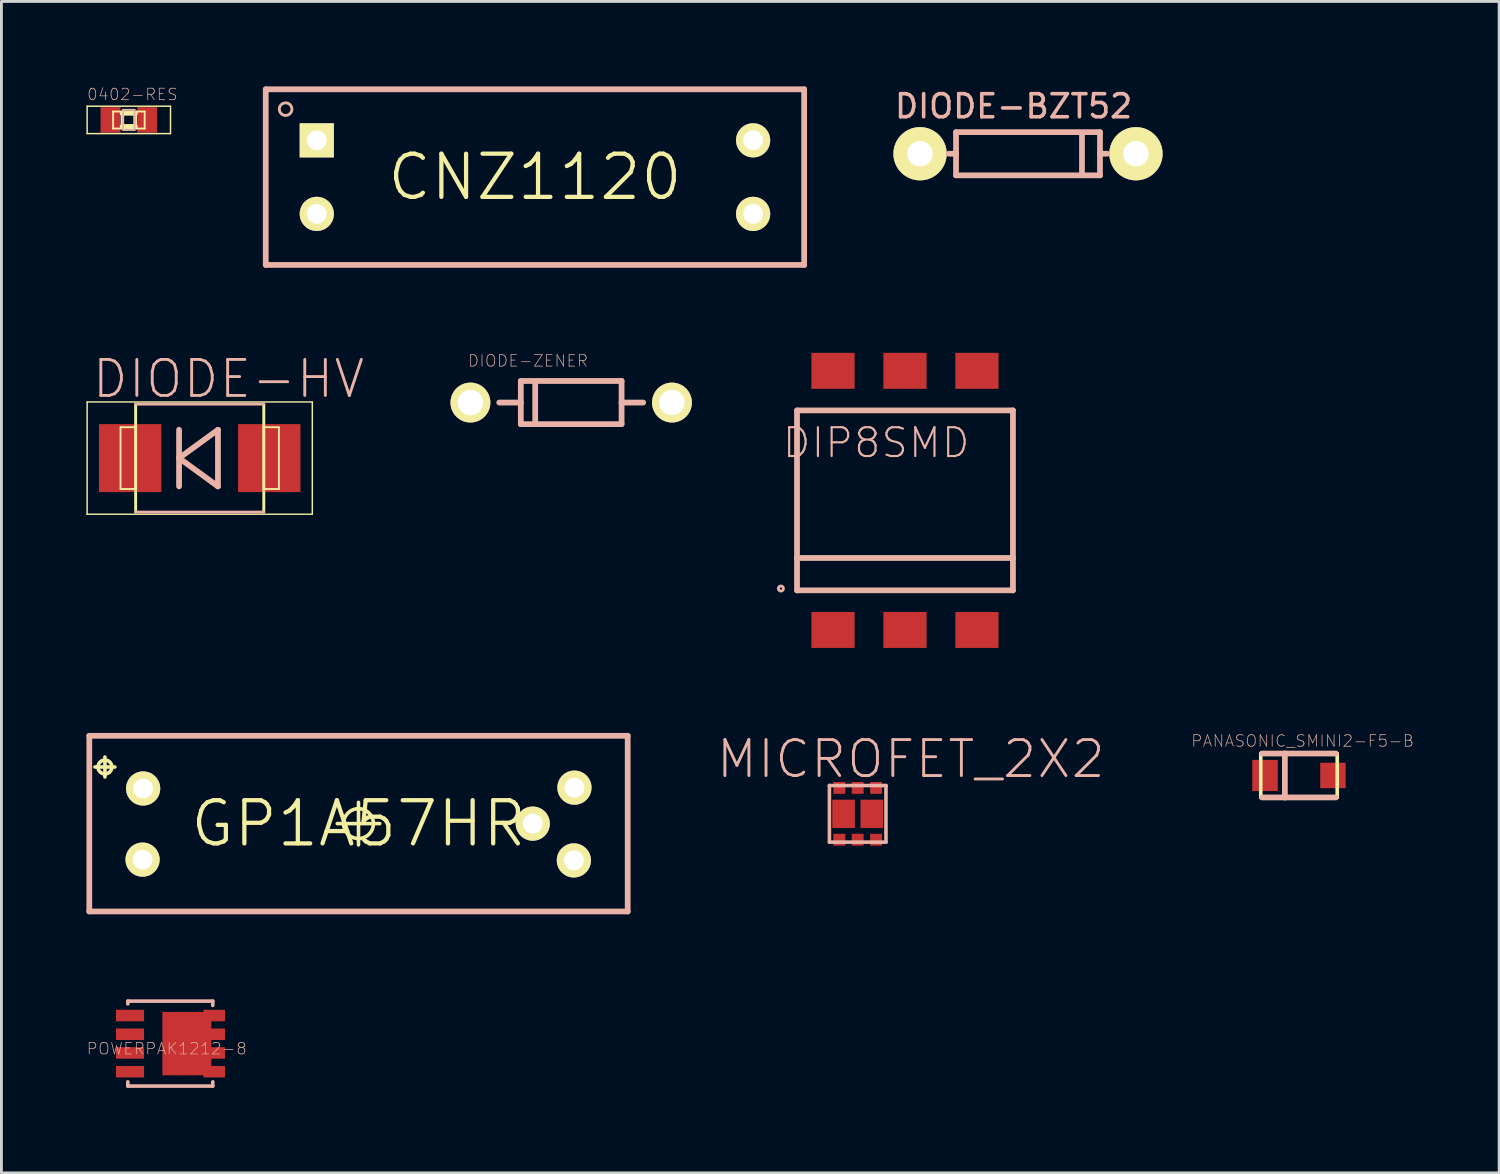
<source format=kicad_pcb>
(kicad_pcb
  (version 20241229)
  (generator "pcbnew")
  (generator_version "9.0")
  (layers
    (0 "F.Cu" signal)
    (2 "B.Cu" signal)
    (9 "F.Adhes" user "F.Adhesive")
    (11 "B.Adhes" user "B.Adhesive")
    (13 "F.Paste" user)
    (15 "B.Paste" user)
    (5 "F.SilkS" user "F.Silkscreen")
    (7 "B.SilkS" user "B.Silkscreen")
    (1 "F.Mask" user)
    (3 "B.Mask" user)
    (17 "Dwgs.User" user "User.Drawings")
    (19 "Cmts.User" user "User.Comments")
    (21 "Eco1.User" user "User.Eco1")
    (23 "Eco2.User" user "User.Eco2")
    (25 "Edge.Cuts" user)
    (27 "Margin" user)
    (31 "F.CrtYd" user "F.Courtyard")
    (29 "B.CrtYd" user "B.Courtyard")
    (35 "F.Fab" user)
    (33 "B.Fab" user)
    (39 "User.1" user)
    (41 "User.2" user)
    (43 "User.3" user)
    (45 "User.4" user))
  (footprint "DIODE-HV"
    (layer "F.Cu")
    (at 3.998 13.116)
    (property "Reference" "DIODE-HV" (at 1.016 -2.794 0) (layer "B.SilkS") (effects (font (size 1.27 1.27) (thickness 0.102))))
    (attr smd)
    (fp_line (start -3.973 -1.981) (end 3.973 -1.981) (stroke (width 0.051) (type solid)) (layer "F.SilkS"))
    (fp_line (start -3.973 1.981) (end -3.973 -1.981) (stroke (width 0.051) (type solid)) (layer "F.SilkS"))
    (fp_line (start -2.794 -1.09) (end -2.261 -1.09) (stroke (width 0.066) (type solid)) (layer "F.SilkS"))
    (fp_line (start -2.794 1.09) (end -2.794 -1.09) (stroke (width 0.066) (type solid)) (layer "F.SilkS"))
    (fp_line (start -2.794 1.09) (end -2.261 1.09) (stroke (width 0.066) (type solid)) (layer "F.SilkS"))
    (fp_line (start -2.261 1.09) (end -2.261 -1.09) (stroke (width 0.066) (type solid)) (layer "F.SilkS"))
    (fp_line (start -2.261 1.905) (end -2.261 -1.905) (stroke (width 0.102) (type solid)) (layer "F.SilkS"))
    (fp_line (start 2.261 -1.09) (end 2.794 -1.09) (stroke (width 0.066) (type solid)) (layer "F.SilkS"))
    (fp_line (start 2.261 1.09) (end 2.261 -1.09) (stroke (width 0.066) (type solid)) (layer "F.SilkS"))
    (fp_line (start 2.261 1.09) (end 2.794 1.09) (stroke (width 0.066) (type solid)) (layer "F.SilkS"))
    (fp_line (start 2.261 1.905) (end 2.261 -1.905) (stroke (width 0.102) (type solid)) (layer "F.SilkS"))
    (fp_line (start 2.794 1.09) (end 2.794 -1.09) (stroke (width 0.066) (type solid)) (layer "F.SilkS"))
    (fp_line (start 3.973 -1.981) (end 3.973 1.981) (stroke (width 0.051) (type solid)) (layer "F.SilkS"))
    (fp_line (start 3.973 1.981) (end -3.973 1.981) (stroke (width 0.051) (type solid)) (layer "F.SilkS"))
    (fp_line (start -2.261 -1.905) (end 2.261 -1.905) (stroke (width 0.102) (type solid)) (layer "B.SilkS"))
    (fp_line (start -2.261 1.905) (end 2.261 1.905) (stroke (width 0.102) (type solid)) (layer "B.SilkS"))
    (fp_line (start -0.729 -0.998) (end -0.729 0.998) (stroke (width 0.203) (type solid)) (layer "B.SilkS"))
    (fp_line (start -0.729 0) (end 0.643 0.998) (stroke (width 0.203) (type solid)) (layer "B.SilkS"))
    (fp_line (start 0.643 -0.998) (end -0.729 0) (stroke (width 0.203) (type solid)) (layer "B.SilkS"))
    (fp_line (start 0.643 0.998) (end 0.643 -0.998) (stroke (width 0.203) (type solid)) (layer "B.SilkS"))
    (pad "A" smd rect (at 2.454 0) (size 2.2 2.398) (layers "F.Cu" "F.Mask" "F.Paste"))
    (pad "C" smd rect (at -2.454 0) (size 2.2 2.398) (layers "F.Cu" "F.Mask" "F.Paste")))
  (footprint "DIODE-ZENER"
    (layer "F.Cu")
    (at 17.107 11.156)
    (property "Reference" "DIODE-ZENER" (at -1.524 -1.473 0) (layer "B.SilkS") (effects (font (size 0.406 0.406) (thickness 0.025))))
    (attr exclude_from_pos_files exclude_from_bom)
    (fp_line (start -1.778 -0.762) (end 1.778 -0.762) (stroke (width 0.203) (type solid)) (layer "B.SilkS"))
    (fp_line (start -1.778 0) (end -2.54 0) (stroke (width 0.203) (type solid)) (layer "B.SilkS"))
    (fp_line (start -1.778 0) (end -1.778 -0.762) (stroke (width 0.203) (type solid)) (layer "B.SilkS"))
    (fp_line (start -1.778 0.762) (end -1.778 0) (stroke (width 0.203) (type solid)) (layer "B.SilkS"))
    (fp_line (start -1.27 -0.635) (end -1.27 0.635) (stroke (width 0.203) (type solid)) (layer "B.SilkS"))
    (fp_line (start 1.778 -0.762) (end 1.778 0) (stroke (width 0.203) (type solid)) (layer "B.SilkS"))
    (fp_line (start 1.778 0) (end 1.778 0.762) (stroke (width 0.203) (type solid)) (layer "B.SilkS"))
    (fp_line (start 1.778 0) (end 2.54 0) (stroke (width 0.203) (type solid)) (layer "B.SilkS"))
    (fp_line (start 1.778 0.762) (end -1.778 0.762) (stroke (width 0.203) (type solid)) (layer "B.SilkS"))
    (pad "P$1" thru_hole circle (at -3.556 0) (size 1.407 1.407) (drill 0.899) (layers "*.Cu" "F.Mask" "F.SilkS" "F.Paste"))
    (pad "P$2" thru_hole circle (at 3.556 0) (size 1.407 1.407) (drill 0.899) (layers "*.Cu" "F.Mask" "F.SilkS" "F.Paste")))
  (footprint "PANASONIC_SMINI2-F5-B"
    (layer "F.Cu")
    (at 42.79 24.316)
    (property "Reference" "PANASONIC_SMINI2-F5-B" (at 0.127 -1.219 0) (layer "B.SilkS") (effects (font (size 0.406 0.406) (thickness 0.025))))
    (attr smd)
    (fp_line (start -1.349 -0.775) (end 1.349 -0.775) (stroke (width 0.127) (type solid)) (layer "F.SilkS"))
    (fp_line (start -1.349 0.775) (end -1.349 -0.775) (stroke (width 0.127) (type solid)) (layer "F.SilkS"))
    (fp_line (start 1.349 -0.775) (end 1.349 0.775) (stroke (width 0.127) (type solid)) (layer "F.SilkS"))
    (fp_line (start 1.349 0.775) (end -1.349 0.775) (stroke (width 0.127) (type solid)) (layer "F.SilkS"))
    (fp_line (start -1.298 -0.775) (end -0.498 -0.775) (stroke (width 0.203) (type solid)) (layer "B.SilkS"))
    (fp_line (start -1.298 0.775) (end -0.498 0.775) (stroke (width 0.203) (type solid)) (layer "B.SilkS"))
    (fp_line (start -0.498 -0.775) (end -0.498 0.775) (stroke (width 0.203) (type solid)) (layer "B.SilkS"))
    (fp_line (start -0.498 -0.775) (end 1.298 -0.775) (stroke (width 0.203) (type solid)) (layer "B.SilkS"))
    (fp_line (start -0.498 0.775) (end 1.298 0.775) (stroke (width 0.203) (type solid)) (layer "B.SilkS"))
    (pad "A" smd rect (at 1.199 0) (size 0.899 0.899) (layers "F.Cu" "F.Mask" "F.Paste"))
    (pad "C" smd rect (at -1.199 0) (size 0.899 1.1) (layers "F.Cu" "F.Mask" "F.Paste")))
  (footprint "DIODE-BZT52"
    (layer "F.Cu")
    (at 33.227 2.375)
    (property "Reference" "DIODE-BZT52" (at -0.508 -1.676 0) (layer "B.SilkS") (effects (font (size 0.813 0.813) (thickness 0.127))))
    (attr exclude_from_pos_files exclude_from_bom)
    (fp_line (start -2.54 -0.762) (end 2.54 -0.762) (stroke (width 0.203) (type solid)) (layer "B.SilkS"))
    (fp_line (start -2.54 0) (end -2.794 0) (stroke (width 0.203) (type solid)) (layer "B.SilkS"))
    (fp_line (start -2.54 0) (end -2.54 -0.762) (stroke (width 0.203) (type solid)) (layer "B.SilkS"))
    (fp_line (start -2.54 0.762) (end -2.54 0) (stroke (width 0.203) (type solid)) (layer "B.SilkS"))
    (fp_line (start 1.905 -0.635) (end 1.905 0.635) (stroke (width 0.203) (type solid)) (layer "B.SilkS"))
    (fp_line (start 2.54 -0.762) (end 2.54 0) (stroke (width 0.203) (type solid)) (layer "B.SilkS"))
    (fp_line (start 2.54 0) (end 2.54 0.762) (stroke (width 0.203) (type solid)) (layer "B.SilkS"))
    (fp_line (start 2.54 0) (end 2.794 0) (stroke (width 0.203) (type solid)) (layer "B.SilkS"))
    (fp_line (start 2.54 0.762) (end -2.54 0.762) (stroke (width 0.203) (type solid)) (layer "B.SilkS"))
    (pad "A" thru_hole circle (at -3.81 0) (size 1.88 1.88) (drill 0.899) (layers "*.Cu" "F.Mask" "F.SilkS" "F.Paste"))
    (pad "C" thru_hole circle (at 3.81 0) (size 1.88 1.88) (drill 0.899) (layers "*.Cu" "F.Mask" "F.SilkS" "F.Paste")))
  (footprint "CNZ1120"
    (layer "F.Cu")
    (at 15.828 3.2)
    (property "Reference" "CNZ1120" (at 0 0 0) (layer "F.SilkS") (effects (font (size 1.524 1.524) (thickness 0.15))))
    (attr exclude_from_pos_files exclude_from_bom)
    (fp_line (start -9.5 -3.099) (end 9.5 -3.099) (stroke (width 0.203) (type solid)) (layer "B.SilkS"))
    (fp_line (start -9.5 3.099) (end -9.5 -3.099) (stroke (width 0.203) (type solid)) (layer "B.SilkS"))
    (fp_line (start 9.5 -3.099) (end 9.5 3.099) (stroke (width 0.203) (type solid)) (layer "B.SilkS"))
    (fp_line (start 9.5 3.099) (end -9.5 3.099) (stroke (width 0.203) (type solid)) (layer "B.SilkS"))
    (fp_circle (center -8.799 -2.398) (end -8.956 -2.555) (stroke (width 0.102) (type solid)) (fill no) (layer "B.SilkS"))
    (pad "1" thru_hole rect (at -7.699 -1.298) (size 1.206 1.206) (drill 0.699) (layers "*.Cu" "F.Mask" "F.SilkS" "F.Paste"))
    (pad "2" thru_hole circle (at -7.699 1.298) (size 1.206 1.206) (drill 0.699) (layers "*.Cu" "F.Mask" "F.SilkS" "F.Paste"))
    (pad "3" thru_hole circle (at 7.699 1.298) (size 1.206 1.206) (drill 0.699) (layers "*.Cu" "F.Mask" "F.SilkS" "F.Paste"))
    (pad "4" thru_hole circle (at 7.699 -1.298) (size 1.206 1.206) (drill 0.699) (layers "*.Cu" "F.Mask" "F.SilkS" "F.Paste")))
  (footprint "DIP8SMD"
    (layer "F.Cu")
    (at 28.886 14.608)
    (property "Reference" "DIP8SMD" (at -1.016 -2.032 0) (layer "B.SilkS") (effects (font (size 1.016 1.016) (thickness 0.076))))
    (attr smd)
    (fp_line (start -3.81 -3.175) (end 3.81 -3.175) (stroke (width 0.203) (type solid)) (layer "B.SilkS"))
    (fp_line (start -3.81 2.032) (end -3.81 -3.175) (stroke (width 0.203) (type solid)) (layer "B.SilkS"))
    (fp_line (start -3.81 2.032) (end 3.81 2.032) (stroke (width 0.203) (type solid)) (layer "B.SilkS"))
    (fp_line (start -3.81 3.175) (end -3.81 2.032) (stroke (width 0.203) (type solid)) (layer "B.SilkS"))
    (fp_line (start 3.81 -3.175) (end 3.81 2.032) (stroke (width 0.203) (type solid)) (layer "B.SilkS"))
    (fp_line (start 3.81 2.032) (end 3.81 3.175) (stroke (width 0.203) (type solid)) (layer "B.SilkS"))
    (fp_line (start 3.81 3.175) (end -3.81 3.175) (stroke (width 0.203) (type solid)) (layer "B.SilkS"))
    (fp_circle (center -4.379 3.111) (end -4.442 3.175) (stroke (width 0.102) (type solid)) (fill no) (layer "B.SilkS"))
    (pad "1" smd rect (at -2.54 4.572) (size 1.524 1.27) (layers "F.Cu" "F.Mask" "F.Paste"))
    (pad "2" smd rect (at 0 4.572) (size 1.524 1.27) (layers "F.Cu" "F.Mask" "F.Paste"))
    (pad "3" smd rect (at 2.54 4.572) (size 1.524 1.27) (layers "F.Cu" "F.Mask" "F.Paste"))
    (pad "4" smd rect (at 2.54 -4.572) (size 1.524 1.27) (layers "F.Cu" "F.Mask" "F.Paste"))
    (pad "5" smd rect (at 0 -4.572) (size 1.524 1.27) (layers "F.Cu" "F.Mask" "F.Paste"))
    (pad "6" smd rect (at -2.54 -4.572) (size 1.524 1.27) (layers "F.Cu" "F.Mask" "F.Paste")))
  (footprint "GP1A57HR"
    (layer "F.Cu")
    (at 9.601 26.015)
    (property "Reference" "GP1A57HR" (at 0 0 0) (layer "F.SilkS") (effects (font (size 1.524 1.524) (thickness 0.15))))
    (attr exclude_from_pos_files exclude_from_bom)
    (fp_line (start -9.299 -1.999) (end -8.598 -1.999) (stroke (width 0.127) (type solid)) (layer "F.SilkS"))
    (fp_line (start -8.948 -1.648) (end -8.948 -2.349) (stroke (width 0.127) (type solid)) (layer "F.SilkS"))
    (fp_line (start -0.749 0) (end 0.749 0) (stroke (width 0.127) (type solid)) (layer "F.SilkS"))
    (fp_line (start 0 0.749) (end 0 -0.749) (stroke (width 0.127) (type solid)) (layer "F.SilkS"))
    (fp_circle (center -8.948 -1.999) (end -9.121 -2.172) (stroke (width 0.127) (type solid)) (fill no) (layer "F.SilkS"))
    (fp_circle (center 0 0) (end -0.373 0.373) (stroke (width 0.127) (type solid)) (fill no) (layer "F.SilkS"))
    (fp_line (start -9.5 -3.099) (end 9.5 -3.099) (stroke (width 0.203) (type solid)) (layer "B.SilkS"))
    (fp_line (start -9.5 3.099) (end -9.5 -3.099) (stroke (width 0.203) (type solid)) (layer "B.SilkS"))
    (fp_line (start 9.5 -3.099) (end 9.5 3.099) (stroke (width 0.203) (type solid)) (layer "B.SilkS"))
    (fp_line (start 9.5 3.099) (end -9.5 3.099) (stroke (width 0.203) (type solid)) (layer "B.SilkS"))
    (pad "1" thru_hole circle (at -7.6 -1.24) (size 1.206 1.206) (drill 0.699) (layers "*.Cu" "F.Mask" "F.SilkS" "F.Paste"))
    (pad "2" thru_hole circle (at -7.62 1.27) (size 1.206 1.206) (drill 0.699) (layers "*.Cu" "F.Mask" "F.SilkS" "F.Paste"))
    (pad "3" thru_hole circle (at 7.6 1.298) (size 1.206 1.206) (drill 0.699) (layers "*.Cu" "F.Mask" "F.SilkS" "F.Paste"))
    (pad "4" thru_hole circle (at 6.149 0) (size 1.206 1.206) (drill 0.699) (layers "*.Cu" "F.Mask" "F.SilkS" "F.Paste"))
    (pad "5" thru_hole circle (at 7.62 -1.27) (size 1.206 1.206) (drill 0.699) (layers "*.Cu" "F.Mask" "F.SilkS" "F.Paste")))
  (footprint "0402-RES"
    (layer "F.Cu")
    (at 1.496 1.181)
    (property "Reference" "0402-RES" (at 0.127 -0.899 0) (layer "B.SilkS") (effects (font (size 0.406 0.406) (thickness 0.025))))
    (attr smd)
    (fp_line (start -1.471 -0.483) (end 1.471 -0.483) (stroke (width 0.051) (type solid)) (layer "F.SilkS"))
    (fp_line (start -1.471 0.483) (end -1.471 -0.483) (stroke (width 0.051) (type solid)) (layer "F.SilkS"))
    (fp_line (start -0.554 -0.295) (end -0.254 -0.295) (stroke (width 0.066) (type solid)) (layer "F.SilkS"))
    (fp_line (start -0.554 0.305) (end -0.554 -0.295) (stroke (width 0.066) (type solid)) (layer "F.SilkS"))
    (fp_line (start -0.554 0.305) (end -0.254 0.305) (stroke (width 0.066) (type solid)) (layer "F.SilkS"))
    (fp_line (start -0.254 0.305) (end -0.254 -0.295) (stroke (width 0.066) (type solid)) (layer "F.SilkS"))
    (fp_line (start -0.244 -0.224) (end 0.244 -0.224) (stroke (width 0.152) (type solid)) (layer "F.SilkS"))
    (fp_line (start -0.198 -0.3) (end 0.198 -0.3) (stroke (width 0.066) (type solid)) (layer "F.SilkS"))
    (fp_line (start -0.198 0.3) (end -0.198 -0.3) (stroke (width 0.066) (type solid)) (layer "F.SilkS"))
    (fp_line (start -0.198 0.3) (end 0.198 0.3) (stroke (width 0.066) (type solid)) (layer "F.SilkS"))
    (fp_line (start 0.198 0.3) (end 0.198 -0.3) (stroke (width 0.066) (type solid)) (layer "F.SilkS"))
    (fp_line (start 0.244 0.224) (end -0.244 0.224) (stroke (width 0.152) (type solid)) (layer "F.SilkS"))
    (fp_line (start 0.257 -0.295) (end 0.559 -0.295) (stroke (width 0.066) (type solid)) (layer "F.SilkS"))
    (fp_line (start 0.257 0.305) (end 0.257 -0.295) (stroke (width 0.066) (type solid)) (layer "F.SilkS"))
    (fp_line (start 0.257 0.305) (end 0.559 0.305) (stroke (width 0.066) (type solid)) (layer "F.SilkS"))
    (fp_line (start 0.559 0.305) (end 0.559 -0.295) (stroke (width 0.066) (type solid)) (layer "F.SilkS"))
    (fp_line (start 1.471 -0.483) (end 1.471 0.483) (stroke (width 0.051) (type solid)) (layer "F.SilkS"))
    (fp_line (start 1.471 0.483) (end -1.471 0.483) (stroke (width 0.051) (type solid)) (layer "F.SilkS"))
    (fp_line (start -0.203 -0.356) (end 0.203 -0.356) (stroke (width 0.066) (type solid)) (layer "B.SilkS"))
    (fp_line (start -0.203 0.356) (end -0.203 -0.356) (stroke (width 0.066) (type solid)) (layer "B.SilkS"))
    (fp_line (start -0.203 0.356) (end 0.203 0.356) (stroke (width 0.066) (type solid)) (layer "B.SilkS"))
    (fp_line (start 0.203 0.356) (end 0.203 -0.356) (stroke (width 0.066) (type solid)) (layer "B.SilkS"))
    (pad "1" smd rect (at -0.648 0) (size 0.699 0.899) (layers "F.Cu" "F.Mask" "F.Paste"))
    (pad "2" smd rect (at 0.648 0) (size 0.699 0.899) (layers "F.Cu" "F.Mask" "F.Paste")))
  (footprint "POWERPAK1212-8"
    (layer "F.Cu")
    (at 2.96 33.778)
    (property "Reference" "POWERPAK1212-8" (at -0.127 0.178 0) (layer "B.SilkS") (effects (font (size 0.406 0.406) (thickness 0.025))))
    (attr smd)
    (fp_line (start -1.499 -1.499) (end -1.499 -1.4) (stroke (width 0.127) (type solid)) (layer "B.SilkS"))
    (fp_line (start -1.499 -1.499) (end 1.499 -1.499) (stroke (width 0.127) (type solid)) (layer "B.SilkS"))
    (fp_line (start -1.499 1.499) (end -1.499 1.349) (stroke (width 0.127) (type solid)) (layer "B.SilkS"))
    (fp_line (start -1.499 1.499) (end 1.499 1.499) (stroke (width 0.127) (type solid)) (layer "B.SilkS"))
    (fp_line (start 1.499 -1.499) (end 1.499 -1.349) (stroke (width 0.127) (type solid)) (layer "B.SilkS"))
    (fp_line (start 1.499 1.499) (end 1.499 1.349) (stroke (width 0.127) (type solid)) (layer "B.SilkS"))
    (pad "D1" smd rect (at 1.549 -0.991) (size 0.762 0.406) (layers "F.Cu" "F.Mask" "F.Paste"))
    (pad "D2" smd rect (at 1.549 -0.33) (size 0.762 0.406) (layers "F.Cu" "F.Mask" "F.Paste"))
    (pad "D3" smd rect (at 1.549 0.33) (size 0.762 0.406) (layers "F.Cu" "F.Mask" "F.Paste"))
    (pad "D4" smd rect (at 1.549 0.991) (size 0.762 0.406) (layers "F.Cu" "F.Mask" "F.Paste"))
    (pad "DPAD" smd rect (at 0.584 0) (size 1.727 2.235) (layers "F.Cu" "F.Mask" "F.Paste"))
    (pad "G" smd rect (at -1.422 0.991) (size 0.991 0.406) (layers "F.Cu" "F.Mask" "F.Paste"))
    (pad "S1" smd rect (at -1.422 -0.991) (size 0.991 0.406) (layers "F.Cu" "F.Mask" "F.Paste"))
    (pad "S2" smd rect (at -1.422 -0.33) (size 0.991 0.406) (layers "F.Cu" "F.Mask" "F.Paste"))
    (pad "S3" smd rect (at -1.422 0.33) (size 0.991 0.406) (layers "F.Cu" "F.Mask" "F.Paste")))
  (footprint "MICROFET_2X2"
    (layer "F.Cu")
    (at 27.217 25.669)
    (property "Reference" "MICROFET_2X2" (at 1.875 -1.933 0) (layer "B.SilkS") (effects (font (size 1.27 1.27) (thickness 0.102))))
    (attr smd)
    (fp_line (start -0.998 -0.998) (end 0.998 -0.998) (stroke (width 0.127) (type solid)) (layer "B.SilkS"))
    (fp_line (start -0.998 0.998) (end -0.998 -0.998) (stroke (width 0.127) (type solid)) (layer "B.SilkS"))
    (fp_line (start 0.998 -0.998) (end 0.998 0.998) (stroke (width 0.127) (type solid)) (layer "B.SilkS"))
    (fp_line (start 0.998 0.998) (end -0.998 0.998) (stroke (width 0.127) (type solid)) (layer "B.SilkS"))
    (pad "D1" smd rect (at 0.498 0) (size 0.798 0.998) (layers "F.Cu" "F.Mask" "F.Paste"))
    (pad "D1_2" smd rect (at 0.648 0.914) (size 0.419 0.419) (layers "F.Cu" "F.Mask" "F.Paste"))
    (pad "D2" smd rect (at -0.498 0) (size 0.798 0.998) (layers "F.Cu" "F.Mask" "F.Paste"))
    (pad "D2_2" smd rect (at -0.648 -0.914) (size 0.419 0.419) (layers "F.Cu" "F.Mask" "F.Paste"))
    (pad "G1" smd rect (at 0 -0.914) (size 0.419 0.419) (layers "F.Cu" "F.Mask" "F.Paste"))
    (pad "G2" smd rect (at 0 0.914) (size 0.419 0.419) (layers "F.Cu" "F.Mask" "F.Paste"))
    (pad "S1" smd rect (at 0.648 -0.914) (size 0.419 0.419) (layers "F.Cu" "F.Mask" "F.Paste"))
    (pad "S2" smd rect (at -0.648 0.914) (size 0.419 0.419) (layers "F.Cu" "F.Mask" "F.Paste")))
  (gr_rect
    (start -3 -3)
    (end 49.853 38.34)
    (stroke (width 0.1) (type default))
    (fill no)
    (layer "Edge.Cuts")))
</source>
